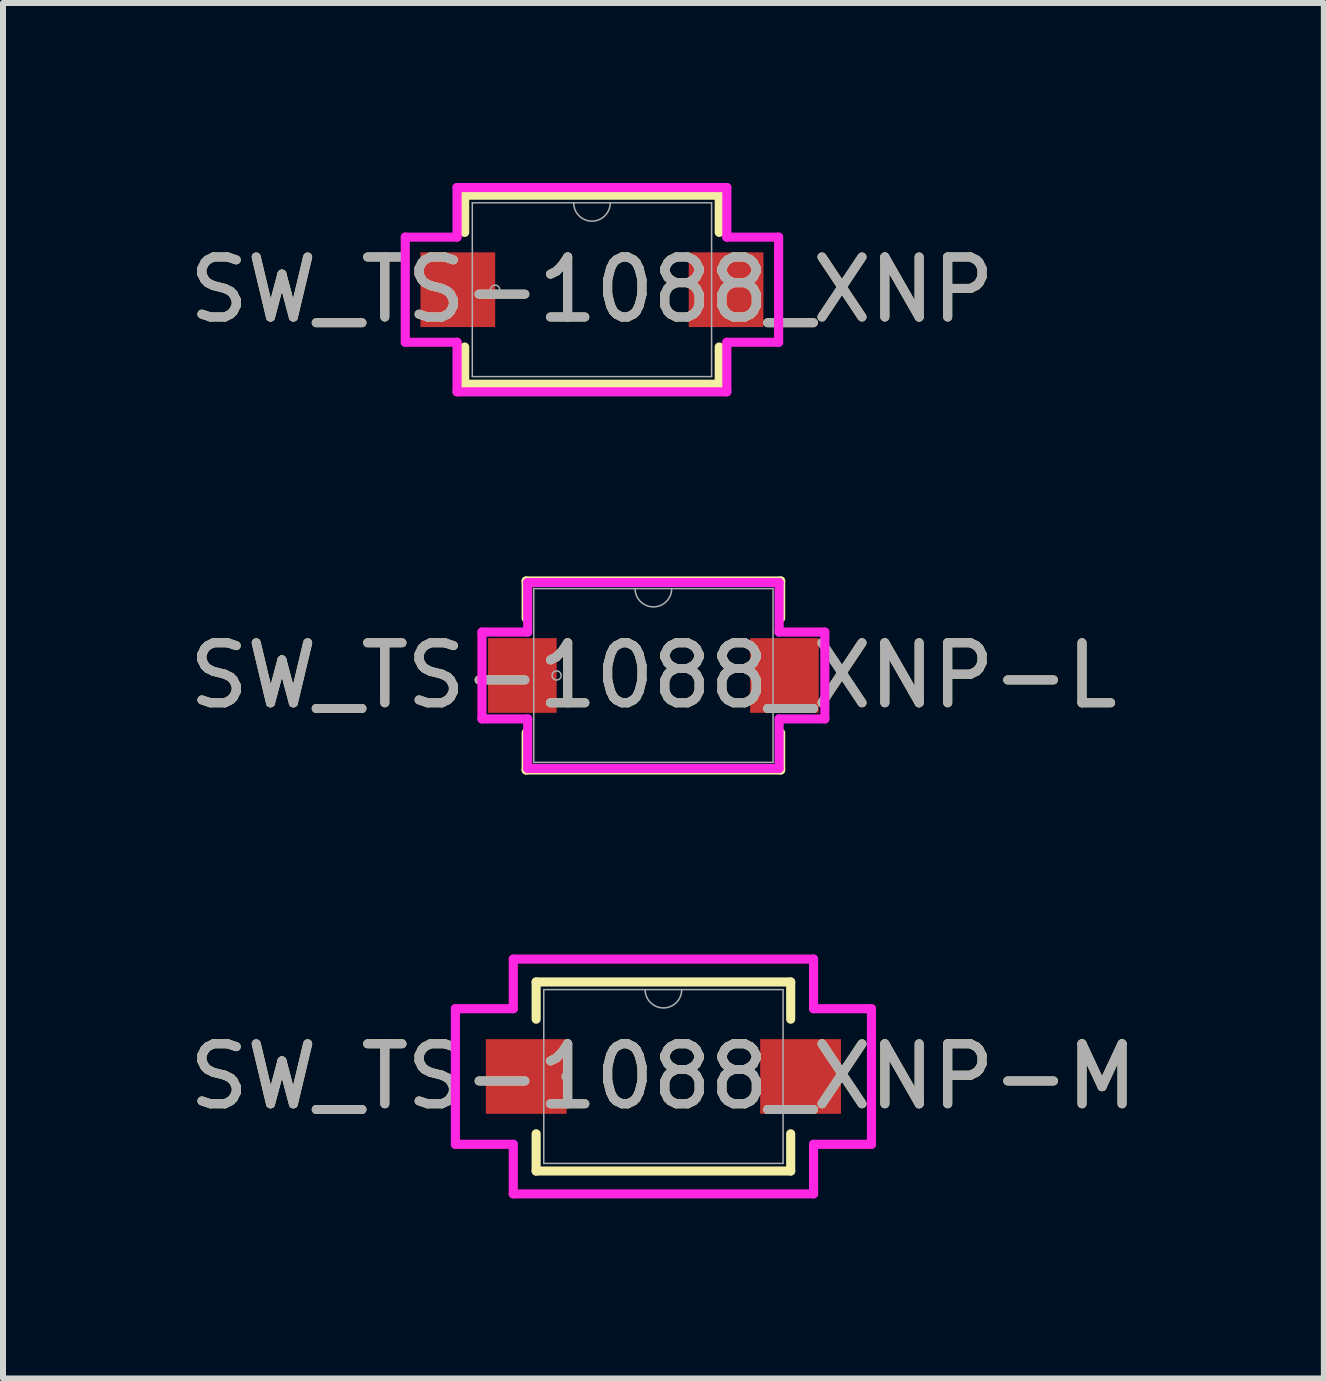
<source format=kicad_pcb>
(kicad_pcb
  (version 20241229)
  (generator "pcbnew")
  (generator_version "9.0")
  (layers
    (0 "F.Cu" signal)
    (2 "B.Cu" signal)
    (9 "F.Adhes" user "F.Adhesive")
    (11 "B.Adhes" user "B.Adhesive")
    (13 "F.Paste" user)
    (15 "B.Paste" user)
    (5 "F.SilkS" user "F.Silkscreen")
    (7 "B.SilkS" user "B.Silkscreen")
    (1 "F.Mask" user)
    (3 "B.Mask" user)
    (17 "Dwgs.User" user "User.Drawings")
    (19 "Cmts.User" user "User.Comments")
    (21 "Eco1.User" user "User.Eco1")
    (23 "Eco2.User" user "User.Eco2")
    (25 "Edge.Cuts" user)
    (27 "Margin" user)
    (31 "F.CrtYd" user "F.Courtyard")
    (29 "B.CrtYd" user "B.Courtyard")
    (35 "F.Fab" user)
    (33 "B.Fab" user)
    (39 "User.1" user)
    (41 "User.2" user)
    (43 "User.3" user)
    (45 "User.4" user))
  (footprint "SW_TS-1088_XNP-M"
    (layer "F.Cu")
    (at 8.006 14.89)
    (property "Reference" "SW_TS-1088_XNP-M" (at 0 0 0) (unlocked yes) (layer "F.SilkS") (effects (font (size 1 1) (thickness 0.15))))
    (attr smd)
    (fp_line (start -2.121 -1.575) (end -2.121 -0.955) (stroke (width 0.152) (type solid)) (layer "F.SilkS"))
    (fp_line (start -2.121 0.955) (end -2.121 1.575) (stroke (width 0.152) (type solid)) (layer "F.SilkS"))
    (fp_line (start -2.121 1.575) (end 2.121 1.575) (stroke (width 0.152) (type solid)) (layer "F.SilkS"))
    (fp_line (start 2.121 -1.575) (end -2.121 -1.575) (stroke (width 0.152) (type solid)) (layer "F.SilkS"))
    (fp_line (start 2.121 -0.955) (end 2.121 -1.575) (stroke (width 0.152) (type solid)) (layer "F.SilkS"))
    (fp_line (start 2.121 1.575) (end 2.121 0.955) (stroke (width 0.152) (type solid)) (layer "F.SilkS"))
    (fp_line (start -3.467 -1.13) (end -2.502 -1.13) (stroke (width 0.152) (type solid)) (layer "F.CrtYd"))
    (fp_line (start -3.467 1.13) (end -3.467 -1.13) (stroke (width 0.152) (type solid)) (layer "F.CrtYd"))
    (fp_line (start -3.467 1.13) (end -2.502 1.13) (stroke (width 0.152) (type solid)) (layer "F.CrtYd"))
    (fp_line (start -2.502 -1.956) (end 2.502 -1.956) (stroke (width 0.152) (type solid)) (layer "F.CrtYd"))
    (fp_line (start -2.502 -1.13) (end -2.502 -1.956) (stroke (width 0.152) (type solid)) (layer "F.CrtYd"))
    (fp_line (start -2.502 1.956) (end -2.502 1.13) (stroke (width 0.152) (type solid)) (layer "F.CrtYd"))
    (fp_line (start 2.502 -1.956) (end 2.502 -1.13) (stroke (width 0.152) (type solid)) (layer "F.CrtYd"))
    (fp_line (start 2.502 1.13) (end 2.502 1.956) (stroke (width 0.152) (type solid)) (layer "F.CrtYd"))
    (fp_line (start 2.502 1.956) (end -2.502 1.956) (stroke (width 0.152) (type solid)) (layer "F.CrtYd"))
    (fp_line (start 3.467 -1.13) (end 2.502 -1.13) (stroke (width 0.152) (type solid)) (layer "F.CrtYd"))
    (fp_line (start 3.467 -1.13) (end 3.467 1.13) (stroke (width 0.152) (type solid)) (layer "F.CrtYd"))
    (fp_line (start 3.467 1.13) (end 2.502 1.13) (stroke (width 0.152) (type solid)) (layer "F.CrtYd"))
    (fp_line (start -1.994 -1.448) (end -1.994 1.448) (stroke (width 0.025) (type solid)) (layer "F.Fab"))
    (fp_line (start -1.994 1.448) (end 1.994 1.448) (stroke (width 0.025) (type solid)) (layer "F.Fab"))
    (fp_line (start 1.994 -1.448) (end -1.994 -1.448) (stroke (width 0.025) (type solid)) (layer "F.Fab"))
    (fp_line (start 1.994 1.448) (end 1.994 -1.448) (stroke (width 0.025) (type solid)) (layer "F.Fab"))
    (fp_arc (start 0.3048 -1.4478) (mid 0 -1.143) (end -0.3048 -1.4478) (stroke (width 0.0254) (type solid)) (layer "F.Fab"))
    (fp_circle (center -1.613 0) (end -1.537 0) (stroke (width 0.025) (type solid)) (fill no) (layer "F.Fab"))
    (fp_text user "${REFERENCE}" (at 0 0 0) (unlocked yes) (layer "F.Fab") (effects (font (size 1 1) (thickness 0.15))))
    (pad "1" smd rect (at -2.286 0) (size 1.346 1.245) (layers "F.Cu" "F.Mask" "F.Paste"))
    (pad "2" smd rect (at 2.286 0) (size 1.346 1.245) (layers "F.Cu" "F.Mask" "F.Paste")))
  (footprint "SW_TS-1088_XNP-L"
    (layer "F.Cu")
    (at 7.839 8.207)
    (property "Reference" "SW_TS-1088_XNP-L" (at 0 0 0) (unlocked yes) (layer "F.SilkS") (effects (font (size 1 1) (thickness 0.15))))
    (attr smd)
    (fp_line (start -2.121 -1.575) (end -2.121 -0.955) (stroke (width 0.152) (type solid)) (layer "F.SilkS"))
    (fp_line (start -2.121 0.955) (end -2.121 1.575) (stroke (width 0.152) (type solid)) (layer "F.SilkS"))
    (fp_line (start -2.121 1.575) (end 2.121 1.575) (stroke (width 0.152) (type solid)) (layer "F.SilkS"))
    (fp_line (start 2.121 -1.575) (end -2.121 -1.575) (stroke (width 0.152) (type solid)) (layer "F.SilkS"))
    (fp_line (start 2.121 -0.955) (end 2.121 -1.575) (stroke (width 0.152) (type solid)) (layer "F.SilkS"))
    (fp_line (start 2.121 1.575) (end 2.121 0.955) (stroke (width 0.152) (type solid)) (layer "F.SilkS"))
    (fp_line (start -2.857 -0.724) (end -2.095 -0.724) (stroke (width 0.152) (type solid)) (layer "F.CrtYd"))
    (fp_line (start -2.857 0.724) (end -2.857 -0.724) (stroke (width 0.152) (type solid)) (layer "F.CrtYd"))
    (fp_line (start -2.857 0.724) (end -2.095 0.724) (stroke (width 0.152) (type solid)) (layer "F.CrtYd"))
    (fp_line (start -2.095 -1.549) (end 2.095 -1.549) (stroke (width 0.152) (type solid)) (layer "F.CrtYd"))
    (fp_line (start -2.095 -0.724) (end -2.095 -1.549) (stroke (width 0.152) (type solid)) (layer "F.CrtYd"))
    (fp_line (start -2.095 1.549) (end -2.095 0.724) (stroke (width 0.152) (type solid)) (layer "F.CrtYd"))
    (fp_line (start 2.095 -1.549) (end 2.095 -0.724) (stroke (width 0.152) (type solid)) (layer "F.CrtYd"))
    (fp_line (start 2.095 0.724) (end 2.095 1.549) (stroke (width 0.152) (type solid)) (layer "F.CrtYd"))
    (fp_line (start 2.095 1.549) (end -2.095 1.549) (stroke (width 0.152) (type solid)) (layer "F.CrtYd"))
    (fp_line (start 2.857 -0.724) (end 2.095 -0.724) (stroke (width 0.152) (type solid)) (layer "F.CrtYd"))
    (fp_line (start 2.857 -0.724) (end 2.857 0.724) (stroke (width 0.152) (type solid)) (layer "F.CrtYd"))
    (fp_line (start 2.857 0.724) (end 2.095 0.724) (stroke (width 0.152) (type solid)) (layer "F.CrtYd"))
    (fp_line (start -1.994 -1.448) (end -1.994 1.448) (stroke (width 0.025) (type solid)) (layer "F.Fab"))
    (fp_line (start -1.994 1.448) (end 1.994 1.448) (stroke (width 0.025) (type solid)) (layer "F.Fab"))
    (fp_line (start 1.994 -1.448) (end -1.994 -1.448) (stroke (width 0.025) (type solid)) (layer "F.Fab"))
    (fp_line (start 1.994 1.448) (end 1.994 -1.448) (stroke (width 0.025) (type solid)) (layer "F.Fab"))
    (fp_arc (start 0.3048 -1.4478) (mid 0 -1.143) (end -0.3048 -1.4478) (stroke (width 0.0254) (type solid)) (layer "F.Fab"))
    (fp_circle (center -1.613 0) (end -1.537 0) (stroke (width 0.025) (type solid)) (fill no) (layer "F.Fab"))
    (fp_text user "${REFERENCE}" (at 0 0 0) (unlocked yes) (layer "F.Fab") (effects (font (size 1 1) (thickness 0.15))))
    (pad "1" smd rect (at -2.184 0) (size 1.143 1.245) (layers "F.Cu" "F.Mask" "F.Paste"))
    (pad "2" smd rect (at 2.184 0) (size 1.143 1.245) (layers "F.Cu" "F.Mask" "F.Paste")))
  (footprint "SW_TS-1088_XNP"
    (layer "F.Cu")
    (at 6.815 1.778)
    (property "Reference" "SW_TS-1088_XNP" (at 0 0 0) (unlocked yes) (layer "F.SilkS") (effects (font (size 1 1) (thickness 0.15))))
    (attr smd)
    (fp_line (start -2.121 -1.575) (end -2.121 -0.955) (stroke (width 0.152) (type solid)) (layer "F.SilkS"))
    (fp_line (start -2.121 0.955) (end -2.121 1.575) (stroke (width 0.152) (type solid)) (layer "F.SilkS"))
    (fp_line (start -2.121 1.575) (end 2.121 1.575) (stroke (width 0.152) (type solid)) (layer "F.SilkS"))
    (fp_line (start 2.121 -1.575) (end -2.121 -1.575) (stroke (width 0.152) (type solid)) (layer "F.SilkS"))
    (fp_line (start 2.121 -0.955) (end 2.121 -1.575) (stroke (width 0.152) (type solid)) (layer "F.SilkS"))
    (fp_line (start 2.121 1.575) (end 2.121 0.955) (stroke (width 0.152) (type solid)) (layer "F.SilkS"))
    (fp_line (start -3.111 -0.876) (end -2.248 -0.876) (stroke (width 0.152) (type solid)) (layer "F.CrtYd"))
    (fp_line (start -3.111 0.876) (end -3.111 -0.876) (stroke (width 0.152) (type solid)) (layer "F.CrtYd"))
    (fp_line (start -3.111 0.876) (end -2.248 0.876) (stroke (width 0.152) (type solid)) (layer "F.CrtYd"))
    (fp_line (start -2.248 -1.702) (end 2.248 -1.702) (stroke (width 0.152) (type solid)) (layer "F.CrtYd"))
    (fp_line (start -2.248 -0.876) (end -2.248 -1.702) (stroke (width 0.152) (type solid)) (layer "F.CrtYd"))
    (fp_line (start -2.248 1.702) (end -2.248 0.876) (stroke (width 0.152) (type solid)) (layer "F.CrtYd"))
    (fp_line (start 2.248 -1.702) (end 2.248 -0.876) (stroke (width 0.152) (type solid)) (layer "F.CrtYd"))
    (fp_line (start 2.248 0.876) (end 2.248 1.702) (stroke (width 0.152) (type solid)) (layer "F.CrtYd"))
    (fp_line (start 2.248 1.702) (end -2.248 1.702) (stroke (width 0.152) (type solid)) (layer "F.CrtYd"))
    (fp_line (start 3.111 -0.876) (end 2.248 -0.876) (stroke (width 0.152) (type solid)) (layer "F.CrtYd"))
    (fp_line (start 3.111 -0.876) (end 3.111 0.876) (stroke (width 0.152) (type solid)) (layer "F.CrtYd"))
    (fp_line (start 3.111 0.876) (end 2.248 0.876) (stroke (width 0.152) (type solid)) (layer "F.CrtYd"))
    (fp_line (start -1.994 -1.448) (end -1.994 1.448) (stroke (width 0.025) (type solid)) (layer "F.Fab"))
    (fp_line (start -1.994 1.448) (end 1.994 1.448) (stroke (width 0.025) (type solid)) (layer "F.Fab"))
    (fp_line (start 1.994 -1.448) (end -1.994 -1.448) (stroke (width 0.025) (type solid)) (layer "F.Fab"))
    (fp_line (start 1.994 1.448) (end 1.994 -1.448) (stroke (width 0.025) (type solid)) (layer "F.Fab"))
    (fp_arc (start 0.3048 -1.4478) (mid 0 -1.143) (end -0.3048 -1.4478) (stroke (width 0.0254) (type solid)) (layer "F.Fab"))
    (fp_circle (center -1.613 0) (end -1.537 0) (stroke (width 0.025) (type solid)) (fill no) (layer "F.Fab"))
    (fp_text user "${REFERENCE}" (at 0 0 0) (unlocked yes) (layer "F.Fab") (effects (font (size 1 1) (thickness 0.15))))
    (pad "1" smd rect (at -2.235 0) (size 1.245 1.245) (layers "F.Cu" "F.Mask" "F.Paste"))
    (pad "2" smd rect (at 2.235 0) (size 1.245 1.245) (layers "F.Cu" "F.Mask" "F.Paste")))
  (gr_rect
    (start -3 -3)
    (end 19.012 19.922)
    (stroke (width 0.1) (type default))
    (fill no)
    (layer "Edge.Cuts")))
</source>
